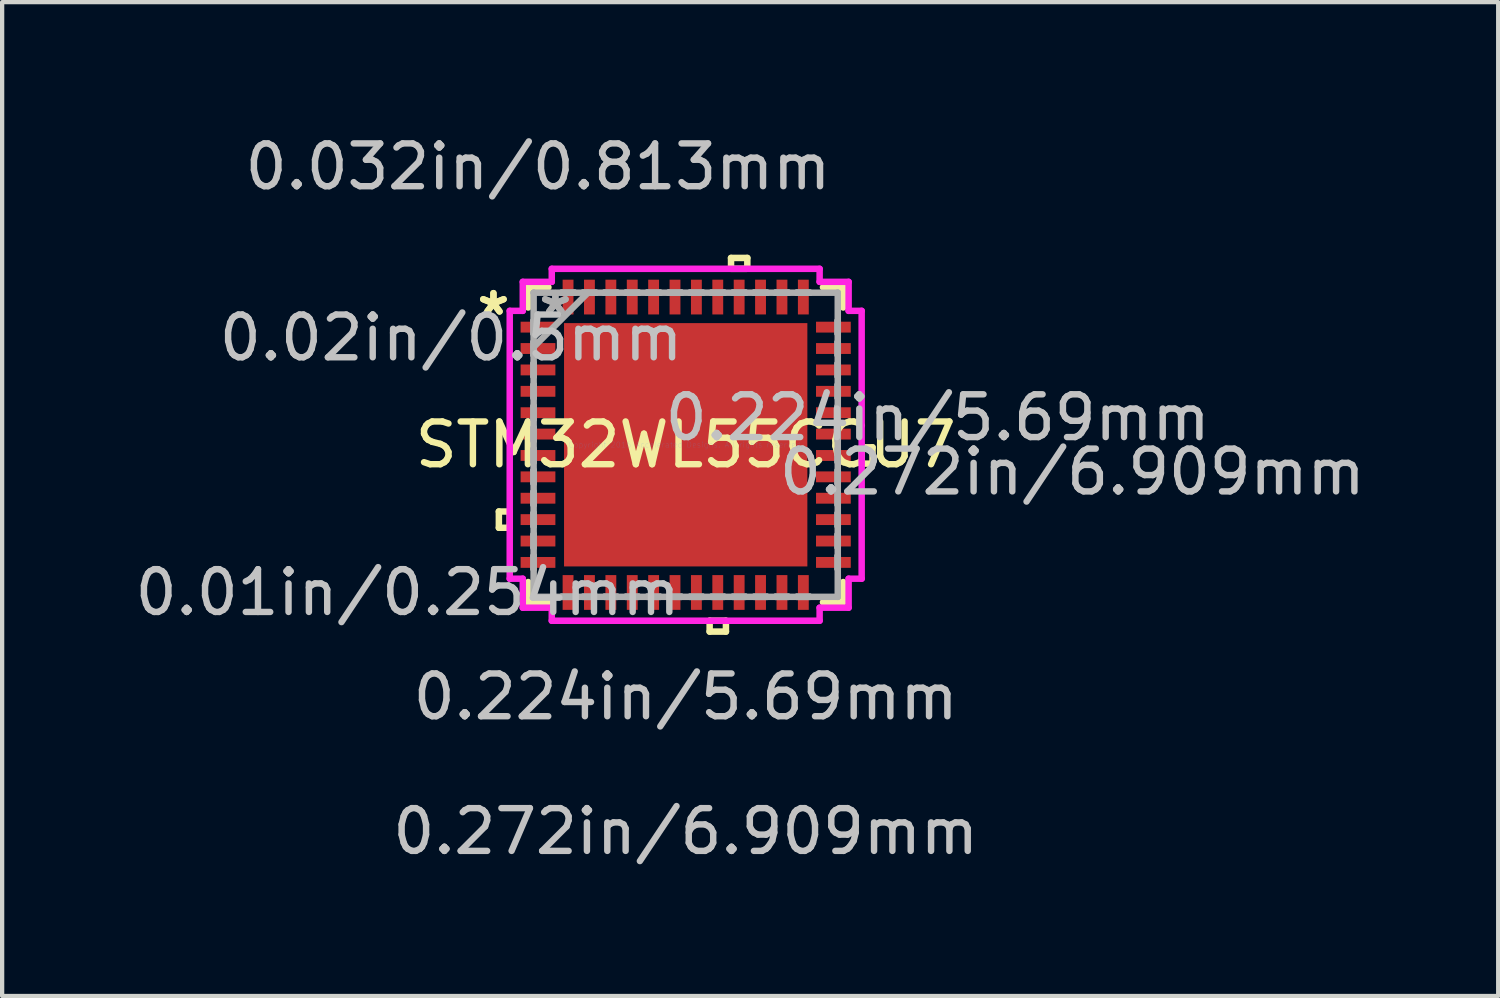
<source format=kicad_pcb>
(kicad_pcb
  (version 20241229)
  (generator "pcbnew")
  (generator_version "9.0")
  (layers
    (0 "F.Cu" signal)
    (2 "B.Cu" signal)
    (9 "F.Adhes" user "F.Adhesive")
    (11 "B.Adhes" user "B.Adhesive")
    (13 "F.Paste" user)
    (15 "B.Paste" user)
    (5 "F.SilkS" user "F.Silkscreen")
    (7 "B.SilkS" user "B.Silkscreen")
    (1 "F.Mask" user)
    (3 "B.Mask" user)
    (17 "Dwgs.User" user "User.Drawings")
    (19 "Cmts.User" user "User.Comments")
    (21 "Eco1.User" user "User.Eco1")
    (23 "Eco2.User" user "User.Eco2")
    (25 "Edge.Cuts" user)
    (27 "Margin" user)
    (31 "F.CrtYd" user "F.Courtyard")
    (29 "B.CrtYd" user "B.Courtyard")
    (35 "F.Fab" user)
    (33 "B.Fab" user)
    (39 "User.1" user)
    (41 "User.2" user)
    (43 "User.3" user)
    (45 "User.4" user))
  (footprint "STM32WL55CCU7"
    (layer "F.Cu")
    (at 12.985 7.351)
    (property "Reference" "STM32WL55CCU7" (at 0 0 0) (layer "F.SilkS") (effects (font (size 1 1) (thickness 0.15))))
    (attr through_hole)
    (fp_line (start -4.369 1.56) (end -4.369 1.941) (stroke (width 0.152) (type solid)) (layer "F.SilkS"))
    (fp_line (start -4.369 1.941) (end -4.115 1.941) (stroke (width 0.152) (type solid)) (layer "F.SilkS"))
    (fp_line (start -4.115 1.56) (end -4.369 1.56) (stroke (width 0.152) (type solid)) (layer "F.SilkS"))
    (fp_line (start -4.115 1.941) (end -4.115 1.56) (stroke (width 0.152) (type solid)) (layer "F.SilkS"))
    (fp_line (start -3.683 -3.683) (end -3.683 -3.21) (stroke (width 0.152) (type solid)) (layer "F.SilkS"))
    (fp_line (start -3.683 3.21) (end -3.683 3.683) (stroke (width 0.152) (type solid)) (layer "F.SilkS"))
    (fp_line (start -3.683 3.683) (end -3.21 3.683) (stroke (width 0.152) (type solid)) (layer "F.SilkS"))
    (fp_line (start -3.21 -3.683) (end -3.683 -3.683) (stroke (width 0.152) (type solid)) (layer "F.SilkS"))
    (fp_line (start 0.56 4.115) (end 0.56 4.369) (stroke (width 0.152) (type solid)) (layer "F.SilkS"))
    (fp_line (start 0.56 4.369) (end 0.941 4.369) (stroke (width 0.152) (type solid)) (layer "F.SilkS"))
    (fp_line (start 0.941 4.115) (end 0.56 4.115) (stroke (width 0.152) (type solid)) (layer "F.SilkS"))
    (fp_line (start 0.941 4.369) (end 0.941 4.115) (stroke (width 0.152) (type solid)) (layer "F.SilkS"))
    (fp_line (start 1.06 -4.369) (end 1.441 -4.369) (stroke (width 0.152) (type solid)) (layer "F.SilkS"))
    (fp_line (start 1.06 -4.115) (end 1.06 -4.369) (stroke (width 0.152) (type solid)) (layer "F.SilkS"))
    (fp_line (start 1.441 -4.369) (end 1.441 -4.115) (stroke (width 0.152) (type solid)) (layer "F.SilkS"))
    (fp_line (start 1.441 -4.115) (end 1.06 -4.115) (stroke (width 0.152) (type solid)) (layer "F.SilkS"))
    (fp_line (start 3.21 3.683) (end 3.683 3.683) (stroke (width 0.152) (type solid)) (layer "F.SilkS"))
    (fp_line (start 3.683 -3.683) (end 3.21 -3.683) (stroke (width 0.152) (type solid)) (layer "F.SilkS"))
    (fp_line (start 3.683 -3.21) (end 3.683 -3.683) (stroke (width 0.152) (type solid)) (layer "F.SilkS"))
    (fp_line (start 3.683 3.683) (end 3.683 3.21) (stroke (width 0.152) (type solid)) (layer "F.SilkS"))
    (fp_line (start 4.115 0.06) (end 4.369 0.06) (stroke (width 0.152) (type solid)) (layer "F.SilkS"))
    (fp_line (start 4.115 0.441) (end 4.115 0.06) (stroke (width 0.152) (type solid)) (layer "F.SilkS"))
    (fp_line (start 4.369 0.06) (end 4.369 0.441) (stroke (width 0.152) (type solid)) (layer "F.SilkS"))
    (fp_line (start 4.369 0.441) (end 4.115 0.441) (stroke (width 0.152) (type solid)) (layer "F.SilkS"))
    (fp_line (start -2.745 -2.745) (end -2.745 -1.522) (stroke (width 0.152) (type solid)) (layer "F.Paste"))
    (fp_line (start -2.745 -1.522) (end -1.522 -1.522) (stroke (width 0.152) (type solid)) (layer "F.Paste"))
    (fp_line (start -2.745 -1.322) (end -2.745 -0.1) (stroke (width 0.152) (type solid)) (layer "F.Paste"))
    (fp_line (start -2.745 -0.1) (end -1.522 -0.1) (stroke (width 0.152) (type solid)) (layer "F.Paste"))
    (fp_line (start -2.745 0.1) (end -2.745 1.322) (stroke (width 0.152) (type solid)) (layer "F.Paste"))
    (fp_line (start -2.745 1.322) (end -1.522 1.322) (stroke (width 0.152) (type solid)) (layer "F.Paste"))
    (fp_line (start -2.745 1.522) (end -2.745 2.745) (stroke (width 0.152) (type solid)) (layer "F.Paste"))
    (fp_line (start -2.745 2.745) (end -1.522 2.745) (stroke (width 0.152) (type solid)) (layer "F.Paste"))
    (fp_line (start -1.522 -2.745) (end -2.745 -2.745) (stroke (width 0.152) (type solid)) (layer "F.Paste"))
    (fp_line (start -1.522 -1.522) (end -1.522 -2.745) (stroke (width 0.152) (type solid)) (layer "F.Paste"))
    (fp_line (start -1.522 -1.322) (end -2.745 -1.322) (stroke (width 0.152) (type solid)) (layer "F.Paste"))
    (fp_line (start -1.522 -0.1) (end -1.522 -1.322) (stroke (width 0.152) (type solid)) (layer "F.Paste"))
    (fp_line (start -1.522 0.1) (end -2.745 0.1) (stroke (width 0.152) (type solid)) (layer "F.Paste"))
    (fp_line (start -1.522 1.322) (end -1.522 0.1) (stroke (width 0.152) (type solid)) (layer "F.Paste"))
    (fp_line (start -1.522 1.522) (end -2.745 1.522) (stroke (width 0.152) (type solid)) (layer "F.Paste"))
    (fp_line (start -1.522 2.745) (end -1.522 1.522) (stroke (width 0.152) (type solid)) (layer "F.Paste"))
    (fp_line (start -1.322 -2.745) (end -1.322 -1.522) (stroke (width 0.152) (type solid)) (layer "F.Paste"))
    (fp_line (start -1.322 -1.522) (end -0.1 -1.522) (stroke (width 0.152) (type solid)) (layer "F.Paste"))
    (fp_line (start -1.322 -1.322) (end -1.322 -0.1) (stroke (width 0.152) (type solid)) (layer "F.Paste"))
    (fp_line (start -1.322 -0.1) (end -0.1 -0.1) (stroke (width 0.152) (type solid)) (layer "F.Paste"))
    (fp_line (start -1.322 0.1) (end -1.322 1.322) (stroke (width 0.152) (type solid)) (layer "F.Paste"))
    (fp_line (start -1.322 1.322) (end -0.1 1.322) (stroke (width 0.152) (type solid)) (layer "F.Paste"))
    (fp_line (start -1.322 1.522) (end -1.322 2.745) (stroke (width 0.152) (type solid)) (layer "F.Paste"))
    (fp_line (start -1.322 2.745) (end -0.1 2.745) (stroke (width 0.152) (type solid)) (layer "F.Paste"))
    (fp_line (start -0.1 -2.745) (end -1.322 -2.745) (stroke (width 0.152) (type solid)) (layer "F.Paste"))
    (fp_line (start -0.1 -1.522) (end -0.1 -2.745) (stroke (width 0.152) (type solid)) (layer "F.Paste"))
    (fp_line (start -0.1 -1.322) (end -1.322 -1.322) (stroke (width 0.152) (type solid)) (layer "F.Paste"))
    (fp_line (start -0.1 -0.1) (end -0.1 -1.322) (stroke (width 0.152) (type solid)) (layer "F.Paste"))
    (fp_line (start -0.1 0.1) (end -1.322 0.1) (stroke (width 0.152) (type solid)) (layer "F.Paste"))
    (fp_line (start -0.1 1.322) (end -0.1 0.1) (stroke (width 0.152) (type solid)) (layer "F.Paste"))
    (fp_line (start -0.1 1.522) (end -1.322 1.522) (stroke (width 0.152) (type solid)) (layer "F.Paste"))
    (fp_line (start -0.1 2.745) (end -0.1 1.522) (stroke (width 0.152) (type solid)) (layer "F.Paste"))
    (fp_line (start 0.1 -2.745) (end 0.1 -1.522) (stroke (width 0.152) (type solid)) (layer "F.Paste"))
    (fp_line (start 0.1 -1.522) (end 1.322 -1.522) (stroke (width 0.152) (type solid)) (layer "F.Paste"))
    (fp_line (start 0.1 -1.322) (end 0.1 -0.1) (stroke (width 0.152) (type solid)) (layer "F.Paste"))
    (fp_line (start 0.1 -0.1) (end 1.322 -0.1) (stroke (width 0.152) (type solid)) (layer "F.Paste"))
    (fp_line (start 0.1 0.1) (end 0.1 1.322) (stroke (width 0.152) (type solid)) (layer "F.Paste"))
    (fp_line (start 0.1 1.322) (end 1.322 1.322) (stroke (width 0.152) (type solid)) (layer "F.Paste"))
    (fp_line (start 0.1 1.522) (end 0.1 2.745) (stroke (width 0.152) (type solid)) (layer "F.Paste"))
    (fp_line (start 0.1 2.745) (end 1.322 2.745) (stroke (width 0.152) (type solid)) (layer "F.Paste"))
    (fp_line (start 1.322 -2.745) (end 0.1 -2.745) (stroke (width 0.152) (type solid)) (layer "F.Paste"))
    (fp_line (start 1.322 -1.522) (end 1.322 -2.745) (stroke (width 0.152) (type solid)) (layer "F.Paste"))
    (fp_line (start 1.322 -1.322) (end 0.1 -1.322) (stroke (width 0.152) (type solid)) (layer "F.Paste"))
    (fp_line (start 1.322 -0.1) (end 1.322 -1.322) (stroke (width 0.152) (type solid)) (layer "F.Paste"))
    (fp_line (start 1.322 0.1) (end 0.1 0.1) (stroke (width 0.152) (type solid)) (layer "F.Paste"))
    (fp_line (start 1.322 1.322) (end 1.322 0.1) (stroke (width 0.152) (type solid)) (layer "F.Paste"))
    (fp_line (start 1.322 1.522) (end 0.1 1.522) (stroke (width 0.152) (type solid)) (layer "F.Paste"))
    (fp_line (start 1.322 2.745) (end 1.322 1.522) (stroke (width 0.152) (type solid)) (layer "F.Paste"))
    (fp_line (start 1.522 -2.745) (end 1.522 -1.522) (stroke (width 0.152) (type solid)) (layer "F.Paste"))
    (fp_line (start 1.522 -1.522) (end 2.745 -1.522) (stroke (width 0.152) (type solid)) (layer "F.Paste"))
    (fp_line (start 1.522 -1.322) (end 1.522 -0.1) (stroke (width 0.152) (type solid)) (layer "F.Paste"))
    (fp_line (start 1.522 -0.1) (end 2.745 -0.1) (stroke (width 0.152) (type solid)) (layer "F.Paste"))
    (fp_line (start 1.522 0.1) (end 1.522 1.322) (stroke (width 0.152) (type solid)) (layer "F.Paste"))
    (fp_line (start 1.522 1.322) (end 2.745 1.322) (stroke (width 0.152) (type solid)) (layer "F.Paste"))
    (fp_line (start 1.522 1.522) (end 1.522 2.745) (stroke (width 0.152) (type solid)) (layer "F.Paste"))
    (fp_line (start 1.522 2.745) (end 2.745 2.745) (stroke (width 0.152) (type solid)) (layer "F.Paste"))
    (fp_line (start 2.745 -2.745) (end 1.522 -2.745) (stroke (width 0.152) (type solid)) (layer "F.Paste"))
    (fp_line (start 2.745 -1.522) (end 2.745 -2.745) (stroke (width 0.152) (type solid)) (layer "F.Paste"))
    (fp_line (start 2.745 -1.322) (end 1.522 -1.322) (stroke (width 0.152) (type solid)) (layer "F.Paste"))
    (fp_line (start 2.745 -0.1) (end 2.745 -1.322) (stroke (width 0.152) (type solid)) (layer "F.Paste"))
    (fp_line (start 2.745 0.1) (end 1.522 0.1) (stroke (width 0.152) (type solid)) (layer "F.Paste"))
    (fp_line (start 2.745 1.322) (end 2.745 0.1) (stroke (width 0.152) (type solid)) (layer "F.Paste"))
    (fp_line (start 2.745 1.522) (end 1.522 1.522) (stroke (width 0.152) (type solid)) (layer "F.Paste"))
    (fp_line (start 2.745 2.745) (end 2.745 1.522) (stroke (width 0.152) (type solid)) (layer "F.Paste"))
    (fp_line (start -4.115 -3.132) (end -3.81 -3.132) (stroke (width 0.152) (type solid)) (layer "F.CrtYd"))
    (fp_line (start -4.115 3.132) (end -4.115 -3.132) (stroke (width 0.152) (type solid)) (layer "F.CrtYd"))
    (fp_line (start -3.81 -3.81) (end -3.132 -3.81) (stroke (width 0.152) (type solid)) (layer "F.CrtYd"))
    (fp_line (start -3.81 -3.132) (end -3.81 -3.81) (stroke (width 0.152) (type solid)) (layer "F.CrtYd"))
    (fp_line (start -3.81 3.132) (end -4.115 3.132) (stroke (width 0.152) (type solid)) (layer "F.CrtYd"))
    (fp_line (start -3.81 3.81) (end -3.81 3.132) (stroke (width 0.152) (type solid)) (layer "F.CrtYd"))
    (fp_line (start -3.132 -4.115) (end 3.132 -4.115) (stroke (width 0.152) (type solid)) (layer "F.CrtYd"))
    (fp_line (start -3.132 -3.81) (end -3.132 -4.115) (stroke (width 0.152) (type solid)) (layer "F.CrtYd"))
    (fp_line (start -3.132 3.81) (end -3.81 3.81) (stroke (width 0.152) (type solid)) (layer "F.CrtYd"))
    (fp_line (start -3.132 4.115) (end -3.132 3.81) (stroke (width 0.152) (type solid)) (layer "F.CrtYd"))
    (fp_line (start 3.132 -4.115) (end 3.132 -3.81) (stroke (width 0.152) (type solid)) (layer "F.CrtYd"))
    (fp_line (start 3.132 -3.81) (end 3.81 -3.81) (stroke (width 0.152) (type solid)) (layer "F.CrtYd"))
    (fp_line (start 3.132 3.81) (end 3.132 4.115) (stroke (width 0.152) (type solid)) (layer "F.CrtYd"))
    (fp_line (start 3.132 4.115) (end -3.132 4.115) (stroke (width 0.152) (type solid)) (layer "F.CrtYd"))
    (fp_line (start 3.81 -3.81) (end 3.81 -3.132) (stroke (width 0.152) (type solid)) (layer "F.CrtYd"))
    (fp_line (start 3.81 -3.132) (end 4.115 -3.132) (stroke (width 0.152) (type solid)) (layer "F.CrtYd"))
    (fp_line (start 3.81 3.132) (end 3.81 3.81) (stroke (width 0.152) (type solid)) (layer "F.CrtYd"))
    (fp_line (start 3.81 3.81) (end 3.132 3.81) (stroke (width 0.152) (type solid)) (layer "F.CrtYd"))
    (fp_line (start 4.115 -3.132) (end 4.115 3.132) (stroke (width 0.152) (type solid)) (layer "F.CrtYd"))
    (fp_line (start 4.115 3.132) (end 3.81 3.132) (stroke (width 0.152) (type solid)) (layer "F.CrtYd"))
    (fp_line (start -3.556 -3.556) (end -3.556 -3.556) (stroke (width 0.152) (type solid)) (layer "F.Fab"))
    (fp_line (start -3.556 -3.556) (end -3.556 3.556) (stroke (width 0.152) (type solid)) (layer "F.Fab"))
    (fp_line (start -3.556 -2.903) (end -3.556 -2.903) (stroke (width 0.152) (type solid)) (layer "F.Fab"))
    (fp_line (start -3.556 -2.903) (end -3.556 -2.598) (stroke (width 0.152) (type solid)) (layer "F.Fab"))
    (fp_line (start -3.556 -2.598) (end -3.556 -2.903) (stroke (width 0.152) (type solid)) (layer "F.Fab"))
    (fp_line (start -3.556 -2.598) (end -3.556 -2.598) (stroke (width 0.152) (type solid)) (layer "F.Fab"))
    (fp_line (start -3.556 -2.403) (end -3.556 -2.403) (stroke (width 0.152) (type solid)) (layer "F.Fab"))
    (fp_line (start -3.556 -2.403) (end -3.556 -2.098) (stroke (width 0.152) (type solid)) (layer "F.Fab"))
    (fp_line (start -3.556 -2.286) (end -2.286 -3.556) (stroke (width 0.152) (type solid)) (layer "F.Fab"))
    (fp_line (start -3.556 -2.098) (end -3.556 -2.403) (stroke (width 0.152) (type solid)) (layer "F.Fab"))
    (fp_line (start -3.556 -2.098) (end -3.556 -2.098) (stroke (width 0.152) (type solid)) (layer "F.Fab"))
    (fp_line (start -3.556 -1.903) (end -3.556 -1.903) (stroke (width 0.152) (type solid)) (layer "F.Fab"))
    (fp_line (start -3.556 -1.903) (end -3.556 -1.598) (stroke (width 0.152) (type solid)) (layer "F.Fab"))
    (fp_line (start -3.556 -1.598) (end -3.556 -1.903) (stroke (width 0.152) (type solid)) (layer "F.Fab"))
    (fp_line (start -3.556 -1.598) (end -3.556 -1.598) (stroke (width 0.152) (type solid)) (layer "F.Fab"))
    (fp_line (start -3.556 -1.403) (end -3.556 -1.403) (stroke (width 0.152) (type solid)) (layer "F.Fab"))
    (fp_line (start -3.556 -1.403) (end -3.556 -1.098) (stroke (width 0.152) (type solid)) (layer "F.Fab"))
    (fp_line (start -3.556 -1.098) (end -3.556 -1.403) (stroke (width 0.152) (type solid)) (layer "F.Fab"))
    (fp_line (start -3.556 -1.098) (end -3.556 -1.098) (stroke (width 0.152) (type solid)) (layer "F.Fab"))
    (fp_line (start -3.556 -0.903) (end -3.556 -0.903) (stroke (width 0.152) (type solid)) (layer "F.Fab"))
    (fp_line (start -3.556 -0.903) (end -3.556 -0.598) (stroke (width 0.152) (type solid)) (layer "F.Fab"))
    (fp_line (start -3.556 -0.598) (end -3.556 -0.903) (stroke (width 0.152) (type solid)) (layer "F.Fab"))
    (fp_line (start -3.556 -0.598) (end -3.556 -0.598) (stroke (width 0.152) (type solid)) (layer "F.Fab"))
    (fp_line (start -3.556 -0.402) (end -3.556 -0.402) (stroke (width 0.152) (type solid)) (layer "F.Fab"))
    (fp_line (start -3.556 -0.402) (end -3.556 -0.098) (stroke (width 0.152) (type solid)) (layer "F.Fab"))
    (fp_line (start -3.556 -0.098) (end -3.556 -0.402) (stroke (width 0.152) (type solid)) (layer "F.Fab"))
    (fp_line (start -3.556 -0.098) (end -3.556 -0.098) (stroke (width 0.152) (type solid)) (layer "F.Fab"))
    (fp_line (start -3.556 0.098) (end -3.556 0.098) (stroke (width 0.152) (type solid)) (layer "F.Fab"))
    (fp_line (start -3.556 0.098) (end -3.556 0.402) (stroke (width 0.152) (type solid)) (layer "F.Fab"))
    (fp_line (start -3.556 0.402) (end -3.556 0.098) (stroke (width 0.152) (type solid)) (layer "F.Fab"))
    (fp_line (start -3.556 0.402) (end -3.556 0.402) (stroke (width 0.152) (type solid)) (layer "F.Fab"))
    (fp_line (start -3.556 0.598) (end -3.556 0.598) (stroke (width 0.152) (type solid)) (layer "F.Fab"))
    (fp_line (start -3.556 0.598) (end -3.556 0.903) (stroke (width 0.152) (type solid)) (layer "F.Fab"))
    (fp_line (start -3.556 0.903) (end -3.556 0.598) (stroke (width 0.152) (type solid)) (layer "F.Fab"))
    (fp_line (start -3.556 0.903) (end -3.556 0.903) (stroke (width 0.152) (type solid)) (layer "F.Fab"))
    (fp_line (start -3.556 1.098) (end -3.556 1.098) (stroke (width 0.152) (type solid)) (layer "F.Fab"))
    (fp_line (start -3.556 1.098) (end -3.556 1.403) (stroke (width 0.152) (type solid)) (layer "F.Fab"))
    (fp_line (start -3.556 1.403) (end -3.556 1.098) (stroke (width 0.152) (type solid)) (layer "F.Fab"))
    (fp_line (start -3.556 1.403) (end -3.556 1.403) (stroke (width 0.152) (type solid)) (layer "F.Fab"))
    (fp_line (start -3.556 1.598) (end -3.556 1.598) (stroke (width 0.152) (type solid)) (layer "F.Fab"))
    (fp_line (start -3.556 1.598) (end -3.556 1.903) (stroke (width 0.152) (type solid)) (layer "F.Fab"))
    (fp_line (start -3.556 1.903) (end -3.556 1.598) (stroke (width 0.152) (type solid)) (layer "F.Fab"))
    (fp_line (start -3.556 1.903) (end -3.556 1.903) (stroke (width 0.152) (type solid)) (layer "F.Fab"))
    (fp_line (start -3.556 2.098) (end -3.556 2.098) (stroke (width 0.152) (type solid)) (layer "F.Fab"))
    (fp_line (start -3.556 2.098) (end -3.556 2.403) (stroke (width 0.152) (type solid)) (layer "F.Fab"))
    (fp_line (start -3.556 2.403) (end -3.556 2.098) (stroke (width 0.152) (type solid)) (layer "F.Fab"))
    (fp_line (start -3.556 2.403) (end -3.556 2.403) (stroke (width 0.152) (type solid)) (layer "F.Fab"))
    (fp_line (start -3.556 2.598) (end -3.556 2.598) (stroke (width 0.152) (type solid)) (layer "F.Fab"))
    (fp_line (start -3.556 2.598) (end -3.556 2.903) (stroke (width 0.152) (type solid)) (layer "F.Fab"))
    (fp_line (start -3.556 2.903) (end -3.556 2.598) (stroke (width 0.152) (type solid)) (layer "F.Fab"))
    (fp_line (start -3.556 2.903) (end -3.556 2.903) (stroke (width 0.152) (type solid)) (layer "F.Fab"))
    (fp_line (start -3.556 3.556) (end -3.556 3.556) (stroke (width 0.152) (type solid)) (layer "F.Fab"))
    (fp_line (start -3.556 3.556) (end 3.556 3.556) (stroke (width 0.152) (type solid)) (layer "F.Fab"))
    (fp_line (start -2.903 -3.556) (end -2.903 -3.556) (stroke (width 0.152) (type solid)) (layer "F.Fab"))
    (fp_line (start -2.903 -3.556) (end -2.598 -3.556) (stroke (width 0.152) (type solid)) (layer "F.Fab"))
    (fp_line (start -2.903 3.556) (end -2.903 3.556) (stroke (width 0.152) (type solid)) (layer "F.Fab"))
    (fp_line (start -2.903 3.556) (end -2.598 3.556) (stroke (width 0.152) (type solid)) (layer "F.Fab"))
    (fp_line (start -2.598 -3.556) (end -2.903 -3.556) (stroke (width 0.152) (type solid)) (layer "F.Fab"))
    (fp_line (start -2.598 -3.556) (end -2.598 -3.556) (stroke (width 0.152) (type solid)) (layer "F.Fab"))
    (fp_line (start -2.598 3.556) (end -2.903 3.556) (stroke (width 0.152) (type solid)) (layer "F.Fab"))
    (fp_line (start -2.598 3.556) (end -2.598 3.556) (stroke (width 0.152) (type solid)) (layer "F.Fab"))
    (fp_line (start -2.403 -3.556) (end -2.403 -3.556) (stroke (width 0.152) (type solid)) (layer "F.Fab"))
    (fp_line (start -2.403 -3.556) (end -2.098 -3.556) (stroke (width 0.152) (type solid)) (layer "F.Fab"))
    (fp_line (start -2.403 3.556) (end -2.403 3.556) (stroke (width 0.152) (type solid)) (layer "F.Fab"))
    (fp_line (start -2.403 3.556) (end -2.098 3.556) (stroke (width 0.152) (type solid)) (layer "F.Fab"))
    (fp_line (start -2.098 -3.556) (end -2.403 -3.556) (stroke (width 0.152) (type solid)) (layer "F.Fab"))
    (fp_line (start -2.098 -3.556) (end -2.098 -3.556) (stroke (width 0.152) (type solid)) (layer "F.Fab"))
    (fp_line (start -2.098 3.556) (end -2.403 3.556) (stroke (width 0.152) (type solid)) (layer "F.Fab"))
    (fp_line (start -2.098 3.556) (end -2.098 3.556) (stroke (width 0.152) (type solid)) (layer "F.Fab"))
    (fp_line (start -1.903 -3.556) (end -1.903 -3.556) (stroke (width 0.152) (type solid)) (layer "F.Fab"))
    (fp_line (start -1.903 -3.556) (end -1.598 -3.556) (stroke (width 0.152) (type solid)) (layer "F.Fab"))
    (fp_line (start -1.903 3.556) (end -1.903 3.556) (stroke (width 0.152) (type solid)) (layer "F.Fab"))
    (fp_line (start -1.903 3.556) (end -1.598 3.556) (stroke (width 0.152) (type solid)) (layer "F.Fab"))
    (fp_line (start -1.598 -3.556) (end -1.903 -3.556) (stroke (width 0.152) (type solid)) (layer "F.Fab"))
    (fp_line (start -1.598 -3.556) (end -1.598 -3.556) (stroke (width 0.152) (type solid)) (layer "F.Fab"))
    (fp_line (start -1.598 3.556) (end -1.903 3.556) (stroke (width 0.152) (type solid)) (layer "F.Fab"))
    (fp_line (start -1.598 3.556) (end -1.598 3.556) (stroke (width 0.152) (type solid)) (layer "F.Fab"))
    (fp_line (start -1.403 -3.556) (end -1.403 -3.556) (stroke (width 0.152) (type solid)) (layer "F.Fab"))
    (fp_line (start -1.403 -3.556) (end -1.098 -3.556) (stroke (width 0.152) (type solid)) (layer "F.Fab"))
    (fp_line (start -1.403 3.556) (end -1.403 3.556) (stroke (width 0.152) (type solid)) (layer "F.Fab"))
    (fp_line (start -1.403 3.556) (end -1.098 3.556) (stroke (width 0.152) (type solid)) (layer "F.Fab"))
    (fp_line (start -1.098 -3.556) (end -1.403 -3.556) (stroke (width 0.152) (type solid)) (layer "F.Fab"))
    (fp_line (start -1.098 -3.556) (end -1.098 -3.556) (stroke (width 0.152) (type solid)) (layer "F.Fab"))
    (fp_line (start -1.098 3.556) (end -1.403 3.556) (stroke (width 0.152) (type solid)) (layer "F.Fab"))
    (fp_line (start -1.098 3.556) (end -1.098 3.556) (stroke (width 0.152) (type solid)) (layer "F.Fab"))
    (fp_line (start -0.903 -3.556) (end -0.903 -3.556) (stroke (width 0.152) (type solid)) (layer "F.Fab"))
    (fp_line (start -0.903 -3.556) (end -0.598 -3.556) (stroke (width 0.152) (type solid)) (layer "F.Fab"))
    (fp_line (start -0.903 3.556) (end -0.903 3.556) (stroke (width 0.152) (type solid)) (layer "F.Fab"))
    (fp_line (start -0.903 3.556) (end -0.598 3.556) (stroke (width 0.152) (type solid)) (layer "F.Fab"))
    (fp_line (start -0.598 -3.556) (end -0.903 -3.556) (stroke (width 0.152) (type solid)) (layer "F.Fab"))
    (fp_line (start -0.598 -3.556) (end -0.598 -3.556) (stroke (width 0.152) (type solid)) (layer "F.Fab"))
    (fp_line (start -0.598 3.556) (end -0.903 3.556) (stroke (width 0.152) (type solid)) (layer "F.Fab"))
    (fp_line (start -0.598 3.556) (end -0.598 3.556) (stroke (width 0.152) (type solid)) (layer "F.Fab"))
    (fp_line (start -0.402 -3.556) (end -0.402 -3.556) (stroke (width 0.152) (type solid)) (layer "F.Fab"))
    (fp_line (start -0.402 -3.556) (end -0.098 -3.556) (stroke (width 0.152) (type solid)) (layer "F.Fab"))
    (fp_line (start -0.402 3.556) (end -0.402 3.556) (stroke (width 0.152) (type solid)) (layer "F.Fab"))
    (fp_line (start -0.402 3.556) (end -0.098 3.556) (stroke (width 0.152) (type solid)) (layer "F.Fab"))
    (fp_line (start -0.098 -3.556) (end -0.402 -3.556) (stroke (width 0.152) (type solid)) (layer "F.Fab"))
    (fp_line (start -0.098 -3.556) (end -0.098 -3.556) (stroke (width 0.152) (type solid)) (layer "F.Fab"))
    (fp_line (start -0.098 3.556) (end -0.402 3.556) (stroke (width 0.152) (type solid)) (layer "F.Fab"))
    (fp_line (start -0.098 3.556) (end -0.098 3.556) (stroke (width 0.152) (type solid)) (layer "F.Fab"))
    (fp_line (start 0.098 -3.556) (end 0.098 -3.556) (stroke (width 0.152) (type solid)) (layer "F.Fab"))
    (fp_line (start 0.098 -3.556) (end 0.402 -3.556) (stroke (width 0.152) (type solid)) (layer "F.Fab"))
    (fp_line (start 0.098 3.556) (end 0.098 3.556) (stroke (width 0.152) (type solid)) (layer "F.Fab"))
    (fp_line (start 0.098 3.556) (end 0.402 3.556) (stroke (width 0.152) (type solid)) (layer "F.Fab"))
    (fp_line (start 0.402 -3.556) (end 0.098 -3.556) (stroke (width 0.152) (type solid)) (layer "F.Fab"))
    (fp_line (start 0.402 -3.556) (end 0.402 -3.556) (stroke (width 0.152) (type solid)) (layer "F.Fab"))
    (fp_line (start 0.402 3.556) (end 0.098 3.556) (stroke (width 0.152) (type solid)) (layer "F.Fab"))
    (fp_line (start 0.402 3.556) (end 0.402 3.556) (stroke (width 0.152) (type solid)) (layer "F.Fab"))
    (fp_line (start 0.598 -3.556) (end 0.598 -3.556) (stroke (width 0.152) (type solid)) (layer "F.Fab"))
    (fp_line (start 0.598 -3.556) (end 0.903 -3.556) (stroke (width 0.152) (type solid)) (layer "F.Fab"))
    (fp_line (start 0.598 3.556) (end 0.598 3.556) (stroke (width 0.152) (type solid)) (layer "F.Fab"))
    (fp_line (start 0.598 3.556) (end 0.903 3.556) (stroke (width 0.152) (type solid)) (layer "F.Fab"))
    (fp_line (start 0.903 -3.556) (end 0.598 -3.556) (stroke (width 0.152) (type solid)) (layer "F.Fab"))
    (fp_line (start 0.903 -3.556) (end 0.903 -3.556) (stroke (width 0.152) (type solid)) (layer "F.Fab"))
    (fp_line (start 0.903 3.556) (end 0.598 3.556) (stroke (width 0.152) (type solid)) (layer "F.Fab"))
    (fp_line (start 0.903 3.556) (end 0.903 3.556) (stroke (width 0.152) (type solid)) (layer "F.Fab"))
    (fp_line (start 1.098 -3.556) (end 1.098 -3.556) (stroke (width 0.152) (type solid)) (layer "F.Fab"))
    (fp_line (start 1.098 -3.556) (end 1.403 -3.556) (stroke (width 0.152) (type solid)) (layer "F.Fab"))
    (fp_line (start 1.098 3.556) (end 1.098 3.556) (stroke (width 0.152) (type solid)) (layer "F.Fab"))
    (fp_line (start 1.098 3.556) (end 1.403 3.556) (stroke (width 0.152) (type solid)) (layer "F.Fab"))
    (fp_line (start 1.403 -3.556) (end 1.098 -3.556) (stroke (width 0.152) (type solid)) (layer "F.Fab"))
    (fp_line (start 1.403 -3.556) (end 1.403 -3.556) (stroke (width 0.152) (type solid)) (layer "F.Fab"))
    (fp_line (start 1.403 3.556) (end 1.098 3.556) (stroke (width 0.152) (type solid)) (layer "F.Fab"))
    (fp_line (start 1.403 3.556) (end 1.403 3.556) (stroke (width 0.152) (type solid)) (layer "F.Fab"))
    (fp_line (start 1.598 -3.556) (end 1.598 -3.556) (stroke (width 0.152) (type solid)) (layer "F.Fab"))
    (fp_line (start 1.598 -3.556) (end 1.903 -3.556) (stroke (width 0.152) (type solid)) (layer "F.Fab"))
    (fp_line (start 1.598 3.556) (end 1.598 3.556) (stroke (width 0.152) (type solid)) (layer "F.Fab"))
    (fp_line (start 1.598 3.556) (end 1.903 3.556) (stroke (width 0.152) (type solid)) (layer "F.Fab"))
    (fp_line (start 1.903 -3.556) (end 1.598 -3.556) (stroke (width 0.152) (type solid)) (layer "F.Fab"))
    (fp_line (start 1.903 -3.556) (end 1.903 -3.556) (stroke (width 0.152) (type solid)) (layer "F.Fab"))
    (fp_line (start 1.903 3.556) (end 1.598 3.556) (stroke (width 0.152) (type solid)) (layer "F.Fab"))
    (fp_line (start 1.903 3.556) (end 1.903 3.556) (stroke (width 0.152) (type solid)) (layer "F.Fab"))
    (fp_line (start 2.098 -3.556) (end 2.098 -3.556) (stroke (width 0.152) (type solid)) (layer "F.Fab"))
    (fp_line (start 2.098 -3.556) (end 2.403 -3.556) (stroke (width 0.152) (type solid)) (layer "F.Fab"))
    (fp_line (start 2.098 3.556) (end 2.098 3.556) (stroke (width 0.152) (type solid)) (layer "F.Fab"))
    (fp_line (start 2.098 3.556) (end 2.403 3.556) (stroke (width 0.152) (type solid)) (layer "F.Fab"))
    (fp_line (start 2.403 -3.556) (end 2.098 -3.556) (stroke (width 0.152) (type solid)) (layer "F.Fab"))
    (fp_line (start 2.403 -3.556) (end 2.403 -3.556) (stroke (width 0.152) (type solid)) (layer "F.Fab"))
    (fp_line (start 2.403 3.556) (end 2.098 3.556) (stroke (width 0.152) (type solid)) (layer "F.Fab"))
    (fp_line (start 2.403 3.556) (end 2.403 3.556) (stroke (width 0.152) (type solid)) (layer "F.Fab"))
    (fp_line (start 2.598 -3.556) (end 2.598 -3.556) (stroke (width 0.152) (type solid)) (layer "F.Fab"))
    (fp_line (start 2.598 -3.556) (end 2.903 -3.556) (stroke (width 0.152) (type solid)) (layer "F.Fab"))
    (fp_line (start 2.598 3.556) (end 2.598 3.556) (stroke (width 0.152) (type solid)) (layer "F.Fab"))
    (fp_line (start 2.598 3.556) (end 2.903 3.556) (stroke (width 0.152) (type solid)) (layer "F.Fab"))
    (fp_line (start 2.903 -3.556) (end 2.598 -3.556) (stroke (width 0.152) (type solid)) (layer "F.Fab"))
    (fp_line (start 2.903 -3.556) (end 2.903 -3.556) (stroke (width 0.152) (type solid)) (layer "F.Fab"))
    (fp_line (start 2.903 3.556) (end 2.598 3.556) (stroke (width 0.152) (type solid)) (layer "F.Fab"))
    (fp_line (start 2.903 3.556) (end 2.903 3.556) (stroke (width 0.152) (type solid)) (layer "F.Fab"))
    (fp_line (start 3.556 -3.556) (end -3.556 -3.556) (stroke (width 0.152) (type solid)) (layer "F.Fab"))
    (fp_line (start 3.556 -3.556) (end 3.556 -3.556) (stroke (width 0.152) (type solid)) (layer "F.Fab"))
    (fp_line (start 3.556 -2.903) (end 3.556 -2.903) (stroke (width 0.152) (type solid)) (layer "F.Fab"))
    (fp_line (start 3.556 -2.903) (end 3.556 -2.598) (stroke (width 0.152) (type solid)) (layer "F.Fab"))
    (fp_line (start 3.556 -2.598) (end 3.556 -2.903) (stroke (width 0.152) (type solid)) (layer "F.Fab"))
    (fp_line (start 3.556 -2.598) (end 3.556 -2.598) (stroke (width 0.152) (type solid)) (layer "F.Fab"))
    (fp_line (start 3.556 -2.403) (end 3.556 -2.403) (stroke (width 0.152) (type solid)) (layer "F.Fab"))
    (fp_line (start 3.556 -2.403) (end 3.556 -2.098) (stroke (width 0.152) (type solid)) (layer "F.Fab"))
    (fp_line (start 3.556 -2.098) (end 3.556 -2.403) (stroke (width 0.152) (type solid)) (layer "F.Fab"))
    (fp_line (start 3.556 -2.098) (end 3.556 -2.098) (stroke (width 0.152) (type solid)) (layer "F.Fab"))
    (fp_line (start 3.556 -1.903) (end 3.556 -1.903) (stroke (width 0.152) (type solid)) (layer "F.Fab"))
    (fp_line (start 3.556 -1.903) (end 3.556 -1.598) (stroke (width 0.152) (type solid)) (layer "F.Fab"))
    (fp_line (start 3.556 -1.598) (end 3.556 -1.903) (stroke (width 0.152) (type solid)) (layer "F.Fab"))
    (fp_line (start 3.556 -1.598) (end 3.556 -1.598) (stroke (width 0.152) (type solid)) (layer "F.Fab"))
    (fp_line (start 3.556 -1.403) (end 3.556 -1.403) (stroke (width 0.152) (type solid)) (layer "F.Fab"))
    (fp_line (start 3.556 -1.403) (end 3.556 -1.098) (stroke (width 0.152) (type solid)) (layer "F.Fab"))
    (fp_line (start 3.556 -1.098) (end 3.556 -1.403) (stroke (width 0.152) (type solid)) (layer "F.Fab"))
    (fp_line (start 3.556 -1.098) (end 3.556 -1.098) (stroke (width 0.152) (type solid)) (layer "F.Fab"))
    (fp_line (start 3.556 -0.903) (end 3.556 -0.903) (stroke (width 0.152) (type solid)) (layer "F.Fab"))
    (fp_line (start 3.556 -0.903) (end 3.556 -0.598) (stroke (width 0.152) (type solid)) (layer "F.Fab"))
    (fp_line (start 3.556 -0.598) (end 3.556 -0.903) (stroke (width 0.152) (type solid)) (layer "F.Fab"))
    (fp_line (start 3.556 -0.598) (end 3.556 -0.598) (stroke (width 0.152) (type solid)) (layer "F.Fab"))
    (fp_line (start 3.556 -0.402) (end 3.556 -0.402) (stroke (width 0.152) (type solid)) (layer "F.Fab"))
    (fp_line (start 3.556 -0.402) (end 3.556 -0.098) (stroke (width 0.152) (type solid)) (layer "F.Fab"))
    (fp_line (start 3.556 -0.098) (end 3.556 -0.402) (stroke (width 0.152) (type solid)) (layer "F.Fab"))
    (fp_line (start 3.556 -0.098) (end 3.556 -0.098) (stroke (width 0.152) (type solid)) (layer "F.Fab"))
    (fp_line (start 3.556 0.098) (end 3.556 0.098) (stroke (width 0.152) (type solid)) (layer "F.Fab"))
    (fp_line (start 3.556 0.098) (end 3.556 0.402) (stroke (width 0.152) (type solid)) (layer "F.Fab"))
    (fp_line (start 3.556 0.402) (end 3.556 0.098) (stroke (width 0.152) (type solid)) (layer "F.Fab"))
    (fp_line (start 3.556 0.402) (end 3.556 0.402) (stroke (width 0.152) (type solid)) (layer "F.Fab"))
    (fp_line (start 3.556 0.598) (end 3.556 0.598) (stroke (width 0.152) (type solid)) (layer "F.Fab"))
    (fp_line (start 3.556 0.598) (end 3.556 0.903) (stroke (width 0.152) (type solid)) (layer "F.Fab"))
    (fp_line (start 3.556 0.903) (end 3.556 0.598) (stroke (width 0.152) (type solid)) (layer "F.Fab"))
    (fp_line (start 3.556 0.903) (end 3.556 0.903) (stroke (width 0.152) (type solid)) (layer "F.Fab"))
    (fp_line (start 3.556 1.098) (end 3.556 1.098) (stroke (width 0.152) (type solid)) (layer "F.Fab"))
    (fp_line (start 3.556 1.098) (end 3.556 1.403) (stroke (width 0.152) (type solid)) (layer "F.Fab"))
    (fp_line (start 3.556 1.403) (end 3.556 1.098) (stroke (width 0.152) (type solid)) (layer "F.Fab"))
    (fp_line (start 3.556 1.403) (end 3.556 1.403) (stroke (width 0.152) (type solid)) (layer "F.Fab"))
    (fp_line (start 3.556 1.598) (end 3.556 1.598) (stroke (width 0.152) (type solid)) (layer "F.Fab"))
    (fp_line (start 3.556 1.598) (end 3.556 1.903) (stroke (width 0.152) (type solid)) (layer "F.Fab"))
    (fp_line (start 3.556 1.903) (end 3.556 1.598) (stroke (width 0.152) (type solid)) (layer "F.Fab"))
    (fp_line (start 3.556 1.903) (end 3.556 1.903) (stroke (width 0.152) (type solid)) (layer "F.Fab"))
    (fp_line (start 3.556 2.098) (end 3.556 2.098) (stroke (width 0.152) (type solid)) (layer "F.Fab"))
    (fp_line (start 3.556 2.098) (end 3.556 2.403) (stroke (width 0.152) (type solid)) (layer "F.Fab"))
    (fp_line (start 3.556 2.403) (end 3.556 2.098) (stroke (width 0.152) (type solid)) (layer "F.Fab"))
    (fp_line (start 3.556 2.403) (end 3.556 2.403) (stroke (width 0.152) (type solid)) (layer "F.Fab"))
    (fp_line (start 3.556 2.598) (end 3.556 2.598) (stroke (width 0.152) (type solid)) (layer "F.Fab"))
    (fp_line (start 3.556 2.598) (end 3.556 2.903) (stroke (width 0.152) (type solid)) (layer "F.Fab"))
    (fp_line (start 3.556 2.903) (end 3.556 2.598) (stroke (width 0.152) (type solid)) (layer "F.Fab"))
    (fp_line (start 3.556 2.903) (end 3.556 2.903) (stroke (width 0.152) (type solid)) (layer "F.Fab"))
    (fp_line (start 3.556 3.556) (end 3.556 -3.556) (stroke (width 0.152) (type solid)) (layer "F.Fab"))
    (fp_line (start 3.556 3.556) (end 3.556 3.556) (stroke (width 0.152) (type solid)) (layer "F.Fab"))
    (fp_text user "*" (at -4.496 -3.001 0) (layer "F.SilkS") (effects (font (size 1 1) (thickness 0.15))))
    (fp_text user "*" (at -4.496 -3.001 0) (layer "F.SilkS") (effects (font (size 1 1) (thickness 0.15))))
    (fp_text user "0.224in/5.69mm" (at 5.893 -0.635 0) (layer "Dwgs.User") (effects (font (size 1 1) (thickness 0.15))))
    (fp_text user "0.272in/6.909mm" (at 0 9.042 0) (layer "Dwgs.User") (effects (font (size 1 1) (thickness 0.15))))
    (fp_text user "0.02in/0.5mm" (at -5.486 -2.501 0) (layer "Dwgs.User") (effects (font (size 1 1) (thickness 0.15))))
    (fp_text user "0.01in/0.254mm" (at -6.502 3.454 0) (layer "Dwgs.User") (effects (font (size 1 1) (thickness 0.15))))
    (fp_text user "0.272in/6.909mm" (at 9.042 0.635 0) (layer "Dwgs.User") (effects (font (size 1 1) (thickness 0.15))))
    (fp_text user "0.032in/0.813mm" (at -3.454 -6.502 0) (layer "Dwgs.User") (effects (font (size 1 1) (thickness 0.15))))
    (fp_text user "0.224in/5.69mm" (at 0 5.893 0) (layer "Dwgs.User") (effects (font (size 1 1) (thickness 0.15))))
    (fp_text user "Copyright 2016 Accelerated Designs. All rights reserved." (at 0 0 0) (layer "Cmts.User") (effects (font (size 0.127 0.127) (thickness 0.002))))
    (fp_text user "*" (at -3.048 -3.001 0) (layer "F.Fab") (effects (font (size 1 1) (thickness 0.15))))
    (fp_text user "*" (at -3.048 -3.001 0) (layer "F.Fab") (effects (font (size 1 1) (thickness 0.15))))
    (pad "1" smd rect (at -3.454 -2.751 90) (size 0.254 0.813) (layers "F.Cu" "F.Mask" "F.Paste"))
    (pad "2" smd rect (at -3.454 -2.251 90) (size 0.254 0.813) (layers "F.Cu" "F.Mask" "F.Paste"))
    (pad "3" smd rect (at -3.454 -1.75 90) (size 0.254 0.813) (layers "F.Cu" "F.Mask" "F.Paste"))
    (pad "4" smd rect (at -3.454 -1.25 90) (size 0.254 0.813) (layers "F.Cu" "F.Mask" "F.Paste"))
    (pad "5" smd rect (at -3.454 -0.75 90) (size 0.254 0.813) (layers "F.Cu" "F.Mask" "F.Paste"))
    (pad "6" smd rect (at -3.454 -0.25 90) (size 0.254 0.813) (layers "F.Cu" "F.Mask" "F.Paste"))
    (pad "7" smd rect (at -3.454 0.25 90) (size 0.254 0.813) (layers "F.Cu" "F.Mask" "F.Paste"))
    (pad "8" smd rect (at -3.454 0.75 90) (size 0.254 0.813) (layers "F.Cu" "F.Mask" "F.Paste"))
    (pad "9" smd rect (at -3.454 1.25 90) (size 0.254 0.813) (layers "F.Cu" "F.Mask" "F.Paste"))
    (pad "10" smd rect (at -3.454 1.75 90) (size 0.254 0.813) (layers "F.Cu" "F.Mask" "F.Paste"))
    (pad "11" smd rect (at -3.454 2.251 90) (size 0.254 0.813) (layers "F.Cu" "F.Mask" "F.Paste"))
    (pad "12" smd rect (at -3.454 2.751 90) (size 0.254 0.813) (layers "F.Cu" "F.Mask" "F.Paste"))
    (pad "13" smd rect (at -2.751 3.454) (size 0.254 0.813) (layers "F.Cu" "F.Mask" "F.Paste"))
    (pad "14" smd rect (at -2.251 3.454) (size 0.254 0.813) (layers "F.Cu" "F.Mask" "F.Paste"))
    (pad "15" smd rect (at -1.75 3.454) (size 0.254 0.813) (layers "F.Cu" "F.Mask" "F.Paste"))
    (pad "16" smd rect (at -1.25 3.454) (size 0.254 0.813) (layers "F.Cu" "F.Mask" "F.Paste"))
    (pad "17" smd rect (at -0.75 3.454) (size 0.254 0.813) (layers "F.Cu" "F.Mask" "F.Paste"))
    (pad "18" smd rect (at -0.25 3.454) (size 0.254 0.813) (layers "F.Cu" "F.Mask" "F.Paste"))
    (pad "19" smd rect (at 0.25 3.454) (size 0.254 0.813) (layers "F.Cu" "F.Mask" "F.Paste"))
    (pad "20" smd rect (at 0.75 3.454) (size 0.254 0.813) (layers "F.Cu" "F.Mask" "F.Paste"))
    (pad "21" smd rect (at 1.25 3.454) (size 0.254 0.813) (layers "F.Cu" "F.Mask" "F.Paste"))
    (pad "22" smd rect (at 1.75 3.454) (size 0.254 0.813) (layers "F.Cu" "F.Mask" "F.Paste"))
    (pad "23" smd rect (at 2.251 3.454) (size 0.254 0.813) (layers "F.Cu" "F.Mask" "F.Paste"))
    (pad "24" smd rect (at 2.751 3.454) (size 0.254 0.813) (layers "F.Cu" "F.Mask" "F.Paste"))
    (pad "25" smd rect (at 3.454 2.751 90) (size 0.254 0.813) (layers "F.Cu" "F.Mask" "F.Paste"))
    (pad "26" smd rect (at 3.454 2.251 90) (size 0.254 0.813) (layers "F.Cu" "F.Mask" "F.Paste"))
    (pad "27" smd rect (at 3.454 1.75 90) (size 0.254 0.813) (layers "F.Cu" "F.Mask" "F.Paste"))
    (pad "28" smd rect (at 3.454 1.25 90) (size 0.254 0.813) (layers "F.Cu" "F.Mask" "F.Paste"))
    (pad "29" smd rect (at 3.454 0.75 90) (size 0.254 0.813) (layers "F.Cu" "F.Mask" "F.Paste"))
    (pad "30" smd rect (at 3.454 0.25 90) (size 0.254 0.813) (layers "F.Cu" "F.Mask" "F.Paste"))
    (pad "31" smd rect (at 3.454 -0.25 90) (size 0.254 0.813) (layers "F.Cu" "F.Mask" "F.Paste"))
    (pad "32" smd rect (at 3.454 -0.75 90) (size 0.254 0.813) (layers "F.Cu" "F.Mask" "F.Paste"))
    (pad "33" smd rect (at 3.454 -1.25 90) (size 0.254 0.813) (layers "F.Cu" "F.Mask" "F.Paste"))
    (pad "34" smd rect (at 3.454 -1.75 90) (size 0.254 0.813) (layers "F.Cu" "F.Mask" "F.Paste"))
    (pad "35" smd rect (at 3.454 -2.251 90) (size 0.254 0.813) (layers "F.Cu" "F.Mask" "F.Paste"))
    (pad "36" smd rect (at 3.454 -2.751 90) (size 0.254 0.813) (layers "F.Cu" "F.Mask" "F.Paste"))
    (pad "37" smd rect (at 2.751 -3.454) (size 0.254 0.813) (layers "F.Cu" "F.Mask" "F.Paste"))
    (pad "38" smd rect (at 2.251 -3.454) (size 0.254 0.813) (layers "F.Cu" "F.Mask" "F.Paste"))
    (pad "39" smd rect (at 1.75 -3.454) (size 0.254 0.813) (layers "F.Cu" "F.Mask" "F.Paste"))
    (pad "40" smd rect (at 1.25 -3.454) (size 0.254 0.813) (layers "F.Cu" "F.Mask" "F.Paste"))
    (pad "41" smd rect (at 0.75 -3.454) (size 0.254 0.813) (layers "F.Cu" "F.Mask" "F.Paste"))
    (pad "42" smd rect (at 0.25 -3.454) (size 0.254 0.813) (layers "F.Cu" "F.Mask" "F.Paste"))
    (pad "43" smd rect (at -0.25 -3.454) (size 0.254 0.813) (layers "F.Cu" "F.Mask" "F.Paste"))
    (pad "44" smd rect (at -0.75 -3.454) (size 0.254 0.813) (layers "F.Cu" "F.Mask" "F.Paste"))
    (pad "45" smd rect (at -1.25 -3.454) (size 0.254 0.813) (layers "F.Cu" "F.Mask" "F.Paste"))
    (pad "46" smd rect (at -1.75 -3.454) (size 0.254 0.813) (layers "F.Cu" "F.Mask" "F.Paste"))
    (pad "47" smd rect (at -2.251 -3.454) (size 0.254 0.813) (layers "F.Cu" "F.Mask" "F.Paste"))
    (pad "48" smd rect (at -2.751 -3.454) (size 0.254 0.813) (layers "F.Cu" "F.Mask" "F.Paste"))
    (pad "49" smd rect (at 0 0) (size 5.69 5.69) (layers "F.Cu" "F.Mask" "F.Paste")))
  (gr_rect
    (start -3 -3)
    (end 31.985 20.241)
    (stroke (width 0.1) (type default))
    (fill no)
    (layer "Edge.Cuts")))
</source>
